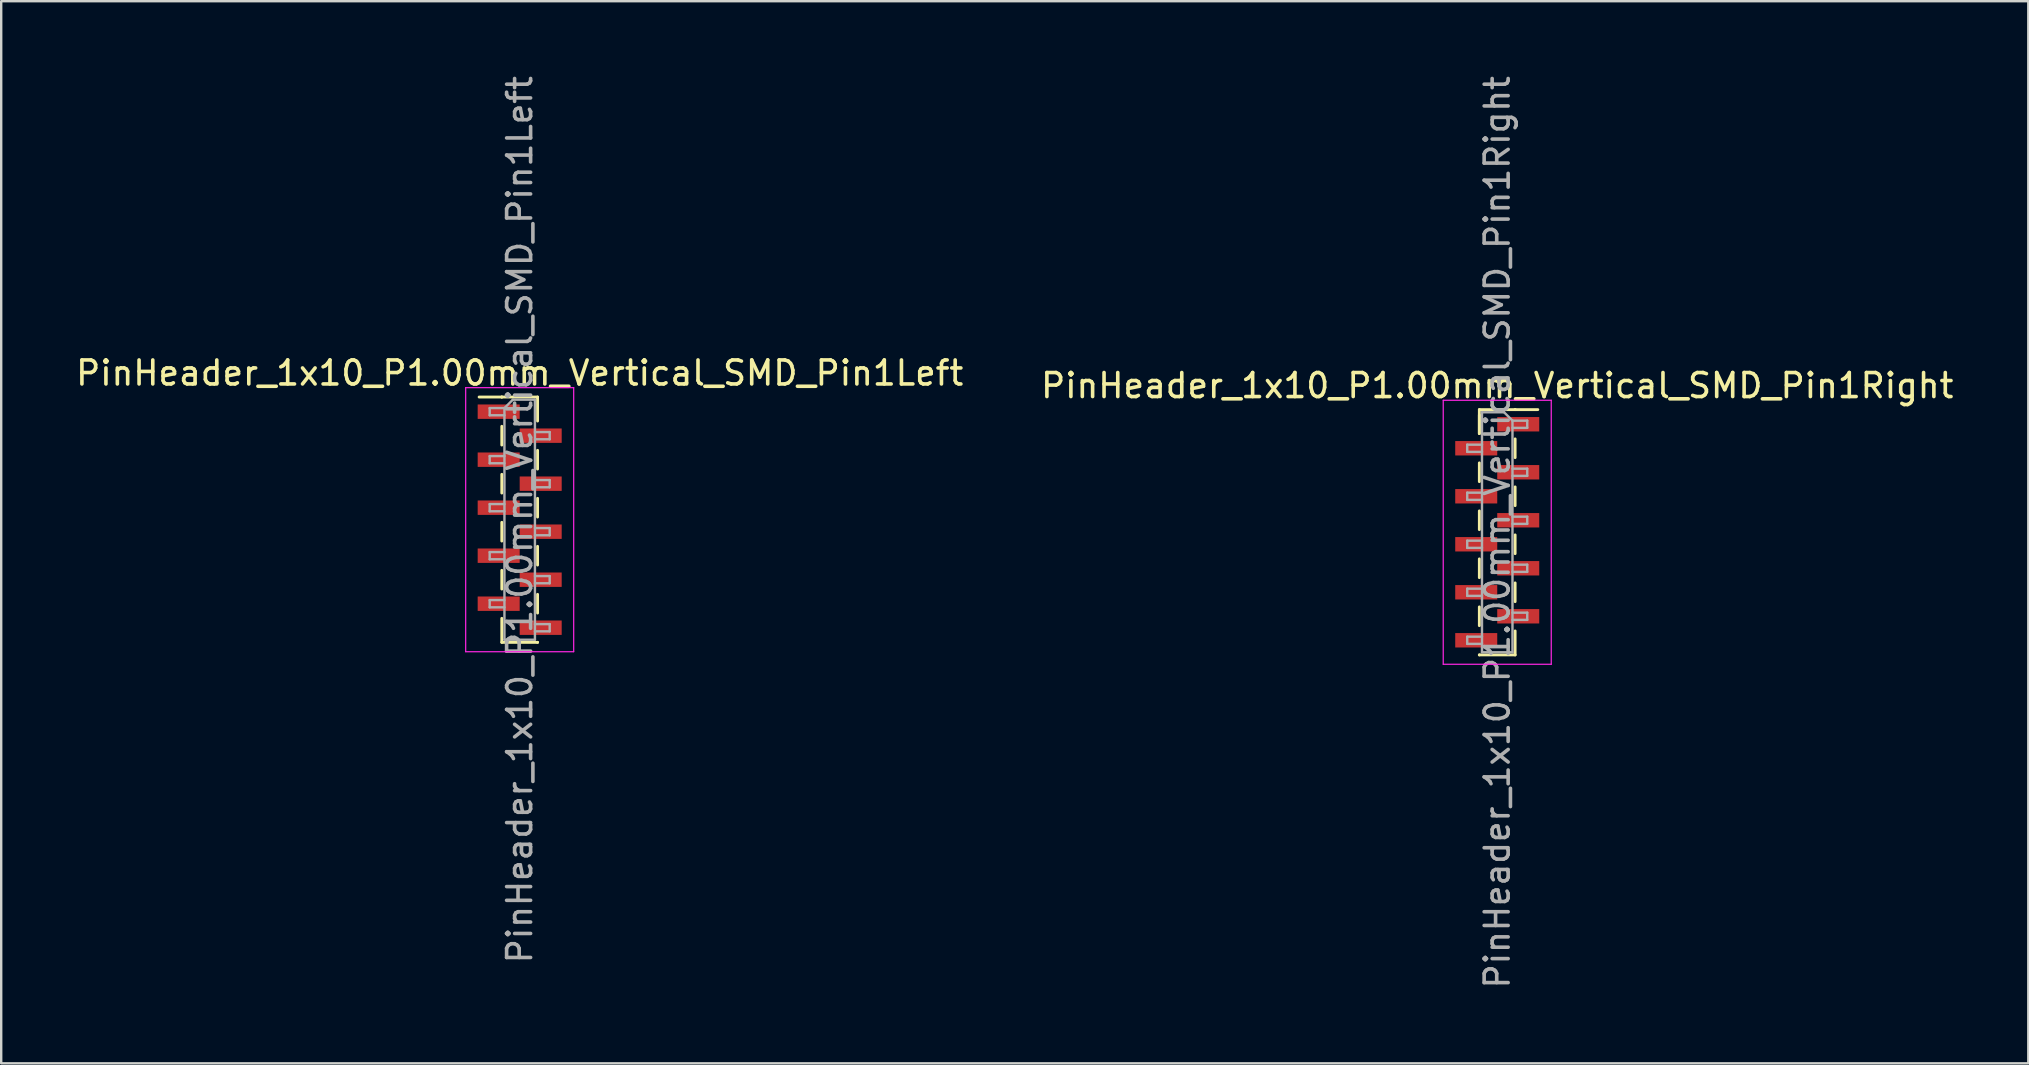
<source format=kicad_pcb>
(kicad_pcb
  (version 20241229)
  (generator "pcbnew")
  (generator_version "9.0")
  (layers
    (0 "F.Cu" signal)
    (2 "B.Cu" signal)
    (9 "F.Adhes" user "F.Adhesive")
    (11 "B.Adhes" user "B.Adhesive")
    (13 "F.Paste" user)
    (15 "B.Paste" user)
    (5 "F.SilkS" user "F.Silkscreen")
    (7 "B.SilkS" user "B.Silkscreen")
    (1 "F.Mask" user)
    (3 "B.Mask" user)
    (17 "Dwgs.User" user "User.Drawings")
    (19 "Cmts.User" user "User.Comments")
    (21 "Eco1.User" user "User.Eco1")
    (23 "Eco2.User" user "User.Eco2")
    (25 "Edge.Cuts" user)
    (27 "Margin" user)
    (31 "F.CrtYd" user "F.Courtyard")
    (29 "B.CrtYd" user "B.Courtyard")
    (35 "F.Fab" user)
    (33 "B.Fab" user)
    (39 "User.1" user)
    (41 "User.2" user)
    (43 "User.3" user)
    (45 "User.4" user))
  (footprint "PinHeader_1x10_P1.00mm_Vertical_SMD_Pin1Left"
    (layer "F.Cu")
    (at 18.601 18.601)
    (property "Reference" "PinHeader_1x10_P1.00mm_Vertical_SMD_Pin1Left" (at 0 -6.11 0) (layer "F.SilkS") (effects (font (size 1 1) (thickness 0.15))))
    (attr smd)
    (fp_line (start -0.745 -5.11) (end -1.69 -5.11) (stroke (width 0.12) (type solid)) (layer "F.SilkS"))
    (fp_line (start -0.745 -5.11) (end -0.745 -5.11) (stroke (width 0.12) (type solid)) (layer "F.SilkS"))
    (fp_line (start -0.745 -5.11) (end 0.745 -5.11) (stroke (width 0.12) (type solid)) (layer "F.SilkS"))
    (fp_line (start -0.745 -3.89) (end -0.745 -3.11) (stroke (width 0.12) (type solid)) (layer "F.SilkS"))
    (fp_line (start -0.745 -1.89) (end -0.745 -1.11) (stroke (width 0.12) (type solid)) (layer "F.SilkS"))
    (fp_line (start -0.745 0.11) (end -0.745 0.89) (stroke (width 0.12) (type solid)) (layer "F.SilkS"))
    (fp_line (start -0.745 2.11) (end -0.745 2.89) (stroke (width 0.12) (type solid)) (layer "F.SilkS"))
    (fp_line (start -0.745 4.11) (end -0.745 5.11) (stroke (width 0.12) (type solid)) (layer "F.SilkS"))
    (fp_line (start -0.745 5.11) (end 0.745 5.11) (stroke (width 0.12) (type solid)) (layer "F.SilkS"))
    (fp_line (start 0.745 -5.11) (end 0.745 -4.11) (stroke (width 0.12) (type solid)) (layer "F.SilkS"))
    (fp_line (start 0.745 -2.89) (end 0.745 -2.11) (stroke (width 0.12) (type solid)) (layer "F.SilkS"))
    (fp_line (start 0.745 -0.89) (end 0.745 -0.11) (stroke (width 0.12) (type solid)) (layer "F.SilkS"))
    (fp_line (start 0.745 1.11) (end 0.745 1.89) (stroke (width 0.12) (type solid)) (layer "F.SilkS"))
    (fp_line (start 0.745 3.11) (end 0.745 3.89) (stroke (width 0.12) (type solid)) (layer "F.SilkS"))
    (fp_line (start 0.745 5.11) (end 0.745 5.11) (stroke (width 0.12) (type solid)) (layer "F.SilkS"))
    (fp_line (start -2.25 -5.5) (end -2.25 5.5) (stroke (width 0.05) (type solid)) (layer "F.CrtYd"))
    (fp_line (start -2.25 5.5) (end 2.25 5.5) (stroke (width 0.05) (type solid)) (layer "F.CrtYd"))
    (fp_line (start 2.25 -5.5) (end -2.25 -5.5) (stroke (width 0.05) (type solid)) (layer "F.CrtYd"))
    (fp_line (start 2.25 5.5) (end 2.25 -5.5) (stroke (width 0.05) (type solid)) (layer "F.CrtYd"))
    (fp_line (start -1.25 -4.65) (end -1.25 -4.35) (stroke (width 0.1) (type solid)) (layer "F.Fab"))
    (fp_line (start -1.25 -4.35) (end -0.635 -4.35) (stroke (width 0.1) (type solid)) (layer "F.Fab"))
    (fp_line (start -1.25 -2.65) (end -1.25 -2.35) (stroke (width 0.1) (type solid)) (layer "F.Fab"))
    (fp_line (start -1.25 -2.35) (end -0.635 -2.35) (stroke (width 0.1) (type solid)) (layer "F.Fab"))
    (fp_line (start -1.25 -0.65) (end -1.25 -0.35) (stroke (width 0.1) (type solid)) (layer "F.Fab"))
    (fp_line (start -1.25 -0.35) (end -0.635 -0.35) (stroke (width 0.1) (type solid)) (layer "F.Fab"))
    (fp_line (start -1.25 1.35) (end -1.25 1.65) (stroke (width 0.1) (type solid)) (layer "F.Fab"))
    (fp_line (start -1.25 1.65) (end -0.635 1.65) (stroke (width 0.1) (type solid)) (layer "F.Fab"))
    (fp_line (start -1.25 3.35) (end -1.25 3.65) (stroke (width 0.1) (type solid)) (layer "F.Fab"))
    (fp_line (start -1.25 3.65) (end -0.635 3.65) (stroke (width 0.1) (type solid)) (layer "F.Fab"))
    (fp_line (start -0.635 -4.65) (end -1.25 -4.65) (stroke (width 0.1) (type solid)) (layer "F.Fab"))
    (fp_line (start -0.635 -4.65) (end -0.285 -5) (stroke (width 0.1) (type solid)) (layer "F.Fab"))
    (fp_line (start -0.635 -2.65) (end -1.25 -2.65) (stroke (width 0.1) (type solid)) (layer "F.Fab"))
    (fp_line (start -0.635 -0.65) (end -1.25 -0.65) (stroke (width 0.1) (type solid)) (layer "F.Fab"))
    (fp_line (start -0.635 1.35) (end -1.25 1.35) (stroke (width 0.1) (type solid)) (layer "F.Fab"))
    (fp_line (start -0.635 3.35) (end -1.25 3.35) (stroke (width 0.1) (type solid)) (layer "F.Fab"))
    (fp_line (start -0.635 5) (end -0.635 -4.65) (stroke (width 0.1) (type solid)) (layer "F.Fab"))
    (fp_line (start -0.285 -5) (end 0.635 -5) (stroke (width 0.1) (type solid)) (layer "F.Fab"))
    (fp_line (start 0.635 -5) (end 0.635 5) (stroke (width 0.1) (type solid)) (layer "F.Fab"))
    (fp_line (start 0.635 -3.65) (end 1.25 -3.65) (stroke (width 0.1) (type solid)) (layer "F.Fab"))
    (fp_line (start 0.635 -1.65) (end 1.25 -1.65) (stroke (width 0.1) (type solid)) (layer "F.Fab"))
    (fp_line (start 0.635 0.35) (end 1.25 0.35) (stroke (width 0.1) (type solid)) (layer "F.Fab"))
    (fp_line (start 0.635 2.35) (end 1.25 2.35) (stroke (width 0.1) (type solid)) (layer "F.Fab"))
    (fp_line (start 0.635 4.35) (end 1.25 4.35) (stroke (width 0.1) (type solid)) (layer "F.Fab"))
    (fp_line (start 0.635 5) (end -0.635 5) (stroke (width 0.1) (type solid)) (layer "F.Fab"))
    (fp_line (start 1.25 -3.65) (end 1.25 -3.35) (stroke (width 0.1) (type solid)) (layer "F.Fab"))
    (fp_line (start 1.25 -3.35) (end 0.635 -3.35) (stroke (width 0.1) (type solid)) (layer "F.Fab"))
    (fp_line (start 1.25 -1.65) (end 1.25 -1.35) (stroke (width 0.1) (type solid)) (layer "F.Fab"))
    (fp_line (start 1.25 -1.35) (end 0.635 -1.35) (stroke (width 0.1) (type solid)) (layer "F.Fab"))
    (fp_line (start 1.25 0.35) (end 1.25 0.65) (stroke (width 0.1) (type solid)) (layer "F.Fab"))
    (fp_line (start 1.25 0.65) (end 0.635 0.65) (stroke (width 0.1) (type solid)) (layer "F.Fab"))
    (fp_line (start 1.25 2.35) (end 1.25 2.65) (stroke (width 0.1) (type solid)) (layer "F.Fab"))
    (fp_line (start 1.25 2.65) (end 0.635 2.65) (stroke (width 0.1) (type solid)) (layer "F.Fab"))
    (fp_line (start 1.25 4.35) (end 1.25 4.65) (stroke (width 0.1) (type solid)) (layer "F.Fab"))
    (fp_line (start 1.25 4.65) (end 0.635 4.65) (stroke (width 0.1) (type solid)) (layer "F.Fab"))
    (fp_text user "${REFERENCE}" (at 0 0 90) (layer "F.Fab") (effects (font (size 1 1) (thickness 0.15))))
    (pad "1" smd rect (at -0.875 -4.5) (size 1.75 0.6) (layers "F.Cu" "F.Mask" "F.Paste"))
    (pad "2" smd rect (at 0.875 -3.5) (size 1.75 0.6) (layers "F.Cu" "F.Mask" "F.Paste"))
    (pad "3" smd rect (at -0.875 -2.5) (size 1.75 0.6) (layers "F.Cu" "F.Mask" "F.Paste"))
    (pad "4" smd rect (at 0.875 -1.5) (size 1.75 0.6) (layers "F.Cu" "F.Mask" "F.Paste"))
    (pad "5" smd rect (at -0.875 -0.5) (size 1.75 0.6) (layers "F.Cu" "F.Mask" "F.Paste"))
    (pad "6" smd rect (at 0.875 0.5) (size 1.75 0.6) (layers "F.Cu" "F.Mask" "F.Paste"))
    (pad "7" smd rect (at -0.875 1.5) (size 1.75 0.6) (layers "F.Cu" "F.Mask" "F.Paste"))
    (pad "8" smd rect (at 0.875 2.5) (size 1.75 0.6) (layers "F.Cu" "F.Mask" "F.Paste"))
    (pad "9" smd rect (at -0.875 3.5) (size 1.75 0.6) (layers "F.Cu" "F.Mask" "F.Paste"))
    (pad "10" smd rect (at 0.875 4.5) (size 1.75 0.6) (layers "F.Cu" "F.Mask" "F.Paste")))
  (footprint "PinHeader_1x10_P1.00mm_Vertical_SMD_Pin1Right"
    (layer "F.Cu")
    (at 59.327 19.125)
    (property "Reference" "PinHeader_1x10_P1.00mm_Vertical_SMD_Pin1Right" (at 0 -6.11 0) (layer "F.SilkS") (effects (font (size 1 1) (thickness 0.15))))
    (attr smd)
    (fp_line (start -0.745 -5.11) (end -0.745 -4.11) (stroke (width 0.12) (type solid)) (layer "F.SilkS"))
    (fp_line (start -0.745 -5.11) (end 0.745 -5.11) (stroke (width 0.12) (type solid)) (layer "F.SilkS"))
    (fp_line (start -0.745 -4.89) (end -0.745 -4.11) (stroke (width 0.12) (type solid)) (layer "F.SilkS"))
    (fp_line (start -0.745 -2.89) (end -0.745 -2.11) (stroke (width 0.12) (type solid)) (layer "F.SilkS"))
    (fp_line (start -0.745 -0.89) (end -0.745 -0.11) (stroke (width 0.12) (type solid)) (layer "F.SilkS"))
    (fp_line (start -0.745 1.11) (end -0.745 1.89) (stroke (width 0.12) (type solid)) (layer "F.SilkS"))
    (fp_line (start -0.745 3.11) (end -0.745 3.89) (stroke (width 0.12) (type solid)) (layer "F.SilkS"))
    (fp_line (start -0.745 5.11) (end -0.745 5.11) (stroke (width 0.12) (type solid)) (layer "F.SilkS"))
    (fp_line (start -0.745 5.11) (end 0.745 5.11) (stroke (width 0.12) (type solid)) (layer "F.SilkS"))
    (fp_line (start 0.745 -5.11) (end 0.745 -5.11) (stroke (width 0.12) (type solid)) (layer "F.SilkS"))
    (fp_line (start 0.745 -5.11) (end 1.69 -5.11) (stroke (width 0.12) (type solid)) (layer "F.SilkS"))
    (fp_line (start 0.745 -3.89) (end 0.745 -3.11) (stroke (width 0.12) (type solid)) (layer "F.SilkS"))
    (fp_line (start 0.745 -1.89) (end 0.745 -1.11) (stroke (width 0.12) (type solid)) (layer "F.SilkS"))
    (fp_line (start 0.745 0.11) (end 0.745 0.89) (stroke (width 0.12) (type solid)) (layer "F.SilkS"))
    (fp_line (start 0.745 2.11) (end 0.745 2.89) (stroke (width 0.12) (type solid)) (layer "F.SilkS"))
    (fp_line (start 0.745 4.11) (end 0.745 5.11) (stroke (width 0.12) (type solid)) (layer "F.SilkS"))
    (fp_line (start -2.25 -5.5) (end -2.25 5.5) (stroke (width 0.05) (type solid)) (layer "F.CrtYd"))
    (fp_line (start -2.25 5.5) (end 2.25 5.5) (stroke (width 0.05) (type solid)) (layer "F.CrtYd"))
    (fp_line (start 2.25 -5.5) (end -2.25 -5.5) (stroke (width 0.05) (type solid)) (layer "F.CrtYd"))
    (fp_line (start 2.25 5.5) (end 2.25 -5.5) (stroke (width 0.05) (type solid)) (layer "F.CrtYd"))
    (fp_line (start -1.25 -3.65) (end -1.25 -3.35) (stroke (width 0.1) (type solid)) (layer "F.Fab"))
    (fp_line (start -1.25 -3.35) (end -0.635 -3.35) (stroke (width 0.1) (type solid)) (layer "F.Fab"))
    (fp_line (start -1.25 -1.65) (end -1.25 -1.35) (stroke (width 0.1) (type solid)) (layer "F.Fab"))
    (fp_line (start -1.25 -1.35) (end -0.635 -1.35) (stroke (width 0.1) (type solid)) (layer "F.Fab"))
    (fp_line (start -1.25 0.35) (end -1.25 0.65) (stroke (width 0.1) (type solid)) (layer "F.Fab"))
    (fp_line (start -1.25 0.65) (end -0.635 0.65) (stroke (width 0.1) (type solid)) (layer "F.Fab"))
    (fp_line (start -1.25 2.35) (end -1.25 2.65) (stroke (width 0.1) (type solid)) (layer "F.Fab"))
    (fp_line (start -1.25 2.65) (end -0.635 2.65) (stroke (width 0.1) (type solid)) (layer "F.Fab"))
    (fp_line (start -1.25 4.35) (end -1.25 4.65) (stroke (width 0.1) (type solid)) (layer "F.Fab"))
    (fp_line (start -1.25 4.65) (end -0.635 4.65) (stroke (width 0.1) (type solid)) (layer "F.Fab"))
    (fp_line (start -0.635 -5) (end -0.635 5) (stroke (width 0.1) (type solid)) (layer "F.Fab"))
    (fp_line (start -0.635 -5) (end 0.285 -5) (stroke (width 0.1) (type solid)) (layer "F.Fab"))
    (fp_line (start -0.635 -3.65) (end -1.25 -3.65) (stroke (width 0.1) (type solid)) (layer "F.Fab"))
    (fp_line (start -0.635 -1.65) (end -1.25 -1.65) (stroke (width 0.1) (type solid)) (layer "F.Fab"))
    (fp_line (start -0.635 0.35) (end -1.25 0.35) (stroke (width 0.1) (type solid)) (layer "F.Fab"))
    (fp_line (start -0.635 2.35) (end -1.25 2.35) (stroke (width 0.1) (type solid)) (layer "F.Fab"))
    (fp_line (start -0.635 4.35) (end -1.25 4.35) (stroke (width 0.1) (type solid)) (layer "F.Fab"))
    (fp_line (start 0.635 -4.65) (end 0.285 -5) (stroke (width 0.1) (type solid)) (layer "F.Fab"))
    (fp_line (start 0.635 -4.65) (end 1.25 -4.65) (stroke (width 0.1) (type solid)) (layer "F.Fab"))
    (fp_line (start 0.635 -2.65) (end 1.25 -2.65) (stroke (width 0.1) (type solid)) (layer "F.Fab"))
    (fp_line (start 0.635 -0.65) (end 1.25 -0.65) (stroke (width 0.1) (type solid)) (layer "F.Fab"))
    (fp_line (start 0.635 1.35) (end 1.25 1.35) (stroke (width 0.1) (type solid)) (layer "F.Fab"))
    (fp_line (start 0.635 3.35) (end 1.25 3.35) (stroke (width 0.1) (type solid)) (layer "F.Fab"))
    (fp_line (start 0.635 5) (end -0.635 5) (stroke (width 0.1) (type solid)) (layer "F.Fab"))
    (fp_line (start 0.635 5) (end 0.635 -4.65) (stroke (width 0.1) (type solid)) (layer "F.Fab"))
    (fp_line (start 1.25 -4.65) (end 1.25 -4.35) (stroke (width 0.1) (type solid)) (layer "F.Fab"))
    (fp_line (start 1.25 -4.35) (end 0.635 -4.35) (stroke (width 0.1) (type solid)) (layer "F.Fab"))
    (fp_line (start 1.25 -2.65) (end 1.25 -2.35) (stroke (width 0.1) (type solid)) (layer "F.Fab"))
    (fp_line (start 1.25 -2.35) (end 0.635 -2.35) (stroke (width 0.1) (type solid)) (layer "F.Fab"))
    (fp_line (start 1.25 -0.65) (end 1.25 -0.35) (stroke (width 0.1) (type solid)) (layer "F.Fab"))
    (fp_line (start 1.25 -0.35) (end 0.635 -0.35) (stroke (width 0.1) (type solid)) (layer "F.Fab"))
    (fp_line (start 1.25 1.35) (end 1.25 1.65) (stroke (width 0.1) (type solid)) (layer "F.Fab"))
    (fp_line (start 1.25 1.65) (end 0.635 1.65) (stroke (width 0.1) (type solid)) (layer "F.Fab"))
    (fp_line (start 1.25 3.35) (end 1.25 3.65) (stroke (width 0.1) (type solid)) (layer "F.Fab"))
    (fp_line (start 1.25 3.65) (end 0.635 3.65) (stroke (width 0.1) (type solid)) (layer "F.Fab"))
    (fp_text user "${REFERENCE}" (at 0 0 90) (layer "F.Fab") (effects (font (size 1 1) (thickness 0.15))))
    (pad "1" smd rect (at 0.875 -4.5) (size 1.75 0.6) (layers "F.Cu" "F.Mask" "F.Paste"))
    (pad "2" smd rect (at -0.875 -3.5) (size 1.75 0.6) (layers "F.Cu" "F.Mask" "F.Paste"))
    (pad "3" smd rect (at 0.875 -2.5) (size 1.75 0.6) (layers "F.Cu" "F.Mask" "F.Paste"))
    (pad "4" smd rect (at -0.875 -1.5) (size 1.75 0.6) (layers "F.Cu" "F.Mask" "F.Paste"))
    (pad "5" smd rect (at 0.875 -0.5) (size 1.75 0.6) (layers "F.Cu" "F.Mask" "F.Paste"))
    (pad "6" smd rect (at -0.875 0.5) (size 1.75 0.6) (layers "F.Cu" "F.Mask" "F.Paste"))
    (pad "7" smd rect (at 0.875 1.5) (size 1.75 0.6) (layers "F.Cu" "F.Mask" "F.Paste"))
    (pad "8" smd rect (at -0.875 2.5) (size 1.75 0.6) (layers "F.Cu" "F.Mask" "F.Paste"))
    (pad "9" smd rect (at 0.875 3.5) (size 1.75 0.6) (layers "F.Cu" "F.Mask" "F.Paste"))
    (pad "10" smd rect (at -0.875 4.5) (size 1.75 0.6) (layers "F.Cu" "F.Mask" "F.Paste")))
  (gr_rect
    (start -3 -3)
    (end 81.452 41.25)
    (stroke (width 0.1) (type default))
    (fill no)
    (layer "Edge.Cuts")))
</source>
